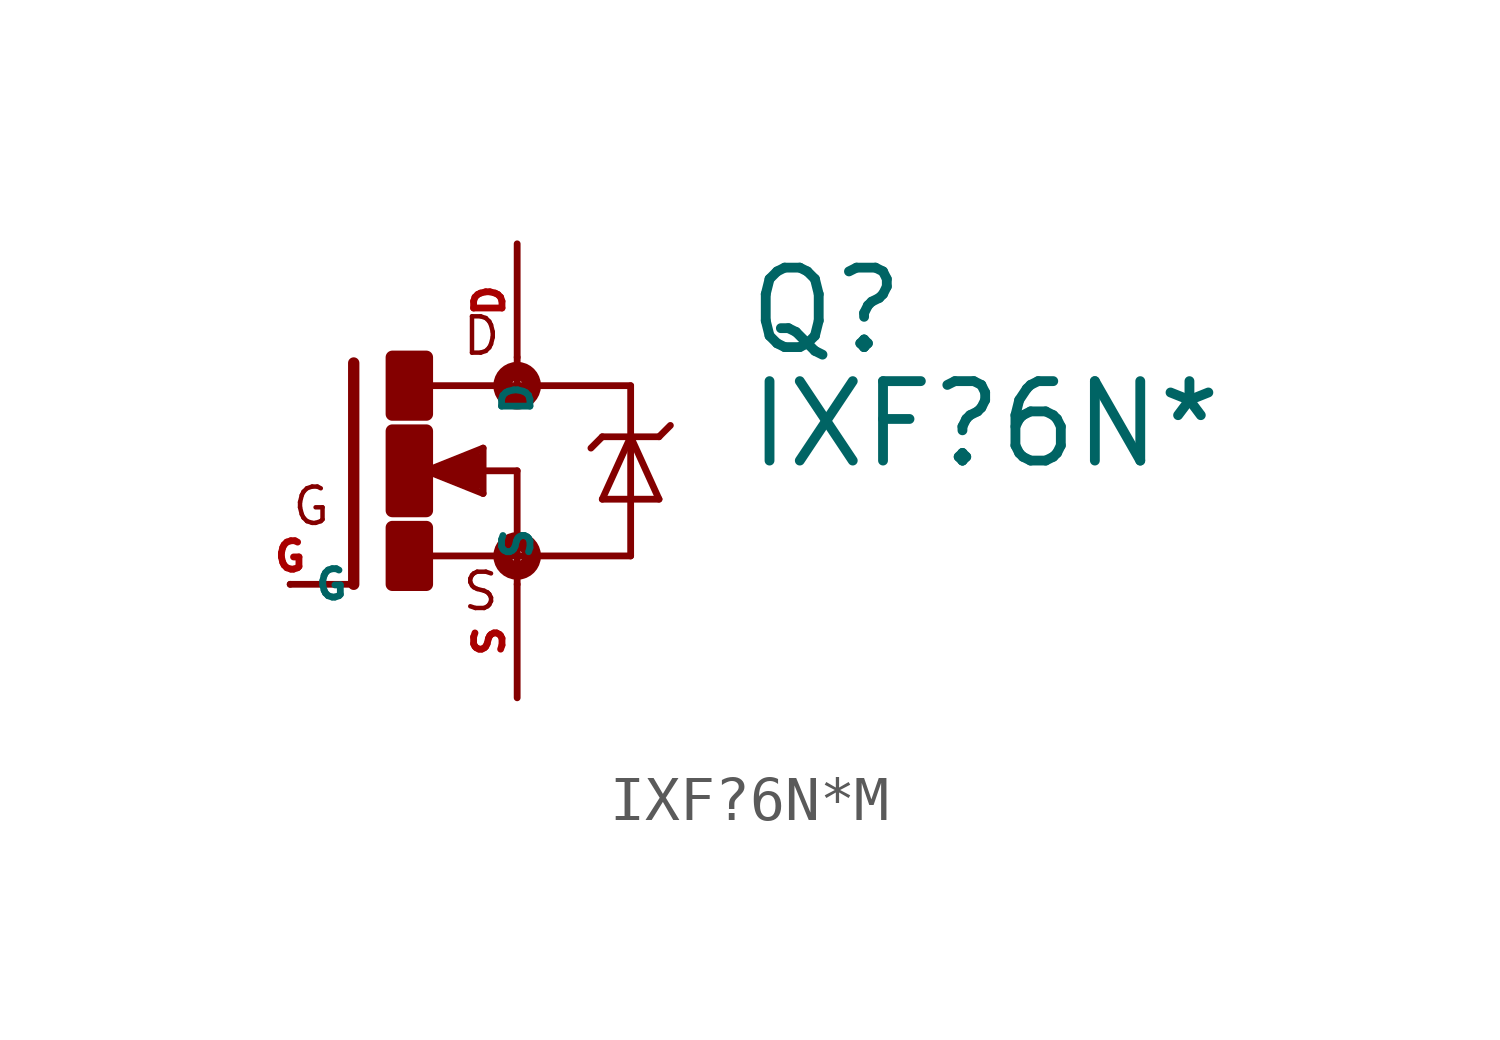
<source format=kicad_sym>
(kicad_symbol_lib
  (version 20220914)
  (generator Eagle2Kicad)
  (symbol "IXF?6N*M"
    (property "Reference" "Q"
      (at 7.62 2.54 0)
      (effects (font (size 1.778 1.778) (thickness 0.22)) (justify left bottom)))
    (property "Value" "IXF?6N*"
      (at 7.62 0 0)
      (effects (font (size 1.778 1.778) (thickness 0.22)) (justify left bottom)))
    (polyline
      (pts (xy -1.118 2.413) (xy -1.118 -2.54))
      (stroke (width 0.254) (type default))
      (fill (type none)))
    (polyline
      (pts (xy -1.118 -2.54) (xy -2.54 -2.54))
      (stroke (width 0.152) (type default))
      (fill (type none)))
    (polyline
      (pts (xy 2.54 1.905) (xy 0.533 1.905))
      (stroke (width 0.152) (type default))
      (fill (type none)))
    (polyline
      (pts (xy 2.54 0) (xy 2.54 -1.905))
      (stroke (width 0.152) (type default))
      (fill (type none)))
    (polyline
      (pts (xy 0.508 -1.905) (xy 2.54 -1.905))
      (stroke (width 0.152) (type default))
      (fill (type none)))
    (polyline
      (pts (xy 2.54 2.54) (xy 2.54 1.905))
      (stroke (width 0.152) (type default))
      (fill (type none)))
    (polyline
      (pts (xy 2.54 1.905) (xy 5.08 1.905))
      (stroke (width 0.152) (type default))
      (fill (type none)))
    (polyline
      (pts (xy 5.08 1.905) (xy 5.08 0.762))
      (stroke (width 0.152) (type default))
      (fill (type none)))
    (polyline
      (pts (xy 5.08 0.762) (xy 5.08 -1.905))
      (stroke (width 0.152) (type default))
      (fill (type none)))
    (polyline
      (pts (xy 5.08 -1.905) (xy 2.54 -1.905))
      (stroke (width 0.152) (type default))
      (fill (type none)))
    (polyline
      (pts (xy 2.54 -1.905) (xy 2.54 -2.54))
      (stroke (width 0.152) (type default))
      (fill (type none)))
    (polyline
      (pts (xy 5.08 0.762) (xy 4.445 -0.635))
      (stroke (width 0.152) (type default))
      (fill (type none)))
    (polyline
      (pts (xy 4.445 -0.635) (xy 5.715 -0.635))
      (stroke (width 0.152) (type default))
      (fill (type none)))
    (polyline
      (pts (xy 5.715 -0.635) (xy 5.08 0.762))
      (stroke (width 0.152) (type default))
      (fill (type none)))
    (polyline
      (pts (xy 4.445 0.762) (xy 5.08 0.762))
      (stroke (width 0.152) (type default))
      (fill (type none)))
    (polyline
      (pts (xy 5.08 0.762) (xy 5.715 0.762))
      (stroke (width 0.152) (type default))
      (fill (type none)))
    (polyline
      (pts (xy 5.715 0.762) (xy 5.969 1.016))
      (stroke (width 0.152) (type default))
      (fill (type none)))
    (polyline
      (pts (xy 4.445 0.762) (xy 4.191 0.508))
      (stroke (width 0.152) (type default))
      (fill (type none)))
    (polyline
      (pts (xy 0.508 0) (xy 1.778 -0.508))
      (stroke (width 0.152) (type default))
      (fill (type none)))
    (polyline
      (pts (xy 1.778 -0.508) (xy 1.778 0.508))
      (stroke (width 0.152) (type default))
      (fill (type none)))
    (polyline
      (pts (xy 1.778 0.508) (xy 0.508 0))
      (stroke (width 0.152) (type default))
      (fill (type none)))
    (polyline
      (pts (xy 1.651 0) (xy 2.54 0))
      (stroke (width 0.152) (type default))
      (fill (type none)))
    (polyline
      (pts (xy 1.651 0.254) (xy 0.762 0))
      (stroke (width 0.305) (type default))
      (fill (type none)))
    (polyline
      (pts (xy 0.762 0) (xy 1.651 -0.254))
      (stroke (width 0.305) (type default))
      (fill (type none)))
    (polyline
      (pts (xy 1.651 -0.254) (xy 1.651 0))
      (stroke (width 0.305) (type default))
      (fill (type none)))
    (polyline
      (pts (xy 1.651 0) (xy 1.397 0))
      (stroke (width 0.305) (type default))
      (fill (type none)))
    (text "D"
      (at 1.27 2.54 0)
      (effects (font (size 0.813 0.813) (thickness 0.10)) (justify left bottom)))
    (text "S"
      (at 1.27 -3.175 0)
      (effects (font (size 0.813 0.813) (thickness 0.10)) (justify left bottom)))
    (text "G"
      (at -2.54 -1.27 0)
      (effects (font (size 0.813 0.813) (thickness 0.10)) (justify left bottom)))
    (circle
      (center 2.54 -1.905)
      (radius 0.127)
      (stroke (width 0.406) (type default))
      (fill (type none)))
    (circle
      (center 2.54 1.905)
      (radius 0.127)
      (stroke (width 0.406) (type default))
      (fill (type none)))
    (rectangle
      (start -0.254 -2.54)
      (end 0.508 -1.27)
      (stroke (width 0.3) (type default))
      (fill (type outline)))
    (rectangle
      (start -0.254 1.27)
      (end 0.508 2.54)
      (stroke (width 0.3) (type default))
      (fill (type outline)))
    (rectangle
      (start -0.254 -0.889)
      (end 0.508 0.889)
      (stroke (width 0.3) (type default))
      (fill (type outline)))
    (pin passive line
      (at -2.54 -2.54 0)
      (length 0)
      (name "G" (effects (font (size 0.635 0.635) (thickness 0.08)) (justify left bottom)))
      (number "G" (effects (font (size 0.635 0.635) (thickness 0.08)) (justify left bottom))))
    (pin passive line
      (at 2.54 5.08 270)
      (length 2.54)
      (name "D" (effects (font (size 0.635 0.635) (thickness 0.08)) (justify left bottom)))
      (number "D" (effects (font (size 0.635 0.635) (thickness 0.08)) (justify left bottom))))
    (pin passive line
      (at 2.54 -5.08 90)
      (length 2.54)
      (name "S" (effects (font (size 0.635 0.635) (thickness 0.08)) (justify left bottom)))
      (number "S" (effects (font (size 0.635 0.635) (thickness 0.08)) (justify left bottom))))))
</source>
